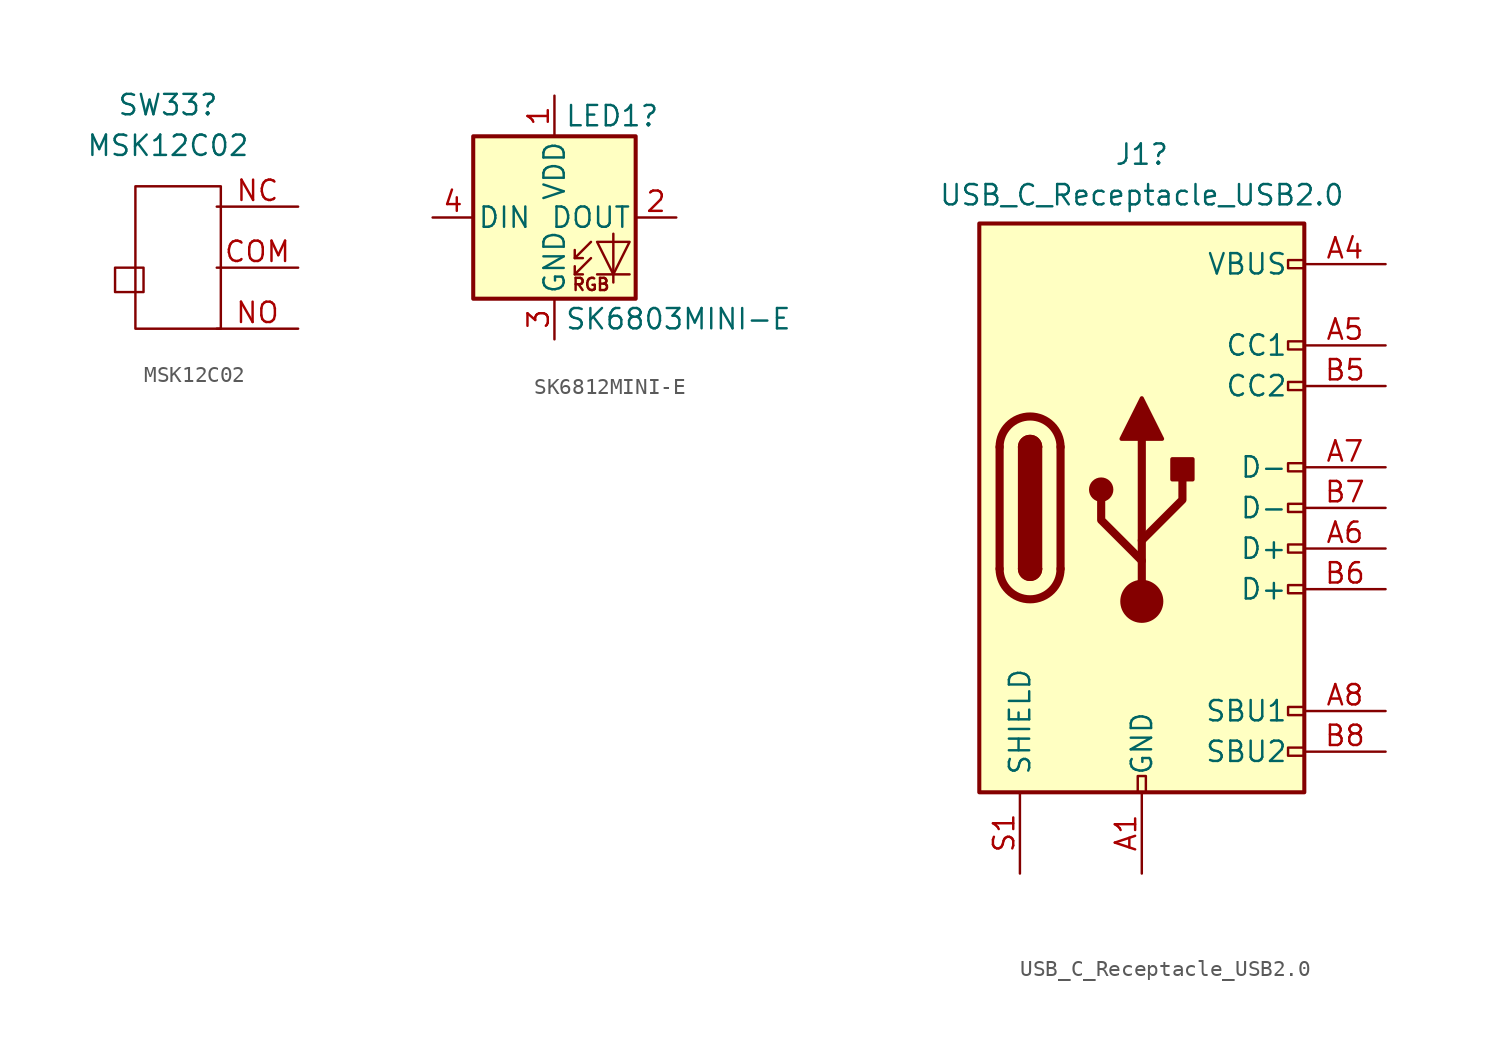
<source format=kicad_sym>
(kicad_symbol_lib
  (version 20231120)
  (generator "kicad_symbol_editor")
  (generator_version "8.0")
  (symbol "MSK12C02"
    (pin_names
      (offset 0) hide)
    (property "Reference" "SW33"
      (at -0.508 8.89 0)
      (effects (font (size 1.27 1.27))))
    (property "Value" "MSK12C02"
      (at -0.508 6.35 0)
      (effects (font (size 1.27 1.27))))
    (symbol "MSK12C02_0_1"
      (rectangle (start -3.81 -1.27) (end -2.032 -2.794) (stroke (width 0) (type default)) (fill (type none)))
      (rectangle (start -2.54 3.81) (end 2.794 -5.08) (stroke (width 0) (type default)) (fill (type none))))
    (symbol "MSK12C02_1_1"
      (pin power_out line (at 7.62 -1.27 180) (length 5.08) (name "COM" (effects (font (size 1.27 1.27)))) (number "COM" (effects (font (size 1.27 1.27)))))
      (pin power_in line (at 0 0 90) (length 2.54) hide (name "GND" (effects (font (size 1.27 1.27)))) (number "MP" (effects (font (size 1.27 1.27)))))
      (pin power_in line (at 7.62 2.54 180) (length 5.08) (name "NC" (effects (font (size 1.27 1.27)))) (number "NC" (effects (font (size 1.27 1.27)))))
      (pin power_in line (at 7.62 -5.08 180) (length 5.08) (name "NO" (effects (font (size 1.27 1.27)))) (number "NO" (effects (font (size 1.27 1.27)))))))
  (symbol "SK6812MINI-E"
    (pin_names
      (offset 0.254))
    (property "Reference" "LED1"
      (at 0.635 6.35 0)
      (effects (font (size 1.27 1.27)) (justify left)))
    (property "Value" "SK6803MINI-E"
      (at 0.635 -6.35 0)
      (effects (font (size 1.27 1.27)) (justify left)))
    (symbol "SK6812MINI-E_0_0"
      (text "RGB" (at 2.286 -4.191 0) (effects (font (size 0.762 0.762)))))
    (symbol "SK6812MINI-E_0_1"
      (polyline (pts (xy 1.27 -3.556) (xy 1.778 -3.556)) (stroke (width 0) (type default)) (fill (type none)))
      (polyline (pts (xy 1.27 -2.54) (xy 1.778 -2.54)) (stroke (width 0) (type default)) (fill (type none)))
      (polyline (pts (xy 4.699 -3.556) (xy 2.667 -3.556)) (stroke (width 0) (type default)) (fill (type none)))
      (polyline (pts (xy 2.286 -2.54) (xy 1.27 -3.556) (xy 1.27 -3.048)) (stroke (width 0) (type default)) (fill (type none)))
      (polyline (pts (xy 2.286 -1.524) (xy 1.27 -2.54) (xy 1.27 -2.032)) (stroke (width 0) (type default)) (fill (type none)))
      (polyline (pts (xy 3.683 -1.016) (xy 3.683 -3.556) (xy 3.683 -4.064)) (stroke (width 0) (type default)) (fill (type none)))
      (polyline (pts (xy 4.699 -1.524) (xy 2.667 -1.524) (xy 3.683 -3.556) (xy 4.699 -1.524)) (stroke (width 0) (type default)) (fill (type none)))
      (rectangle (start 5.08 5.08) (end -5.08 -5.08) (stroke (width 0.254) (type default)) (fill (type background))))
    (symbol "SK6812MINI-E_1_1"
      (pin power_in line (at 0 7.62 270) (length 2.54) (name "VDD" (effects (font (size 1.27 1.27)))) (number "1" (effects (font (size 1.27 1.27)))))
      (pin output line (at 7.62 0 180) (length 2.54) (name "DOUT" (effects (font (size 1.27 1.27)))) (number "2" (effects (font (size 1.27 1.27)))))
      (pin power_in line (at 0 -7.62 90) (length 2.54) (name "GND" (effects (font (size 1.27 1.27)))) (number "3" (effects (font (size 1.27 1.27)))))
      (pin input line (at -7.62 0 0) (length 2.54) (name "DIN" (effects (font (size 1.27 1.27)))) (number "4" (effects (font (size 1.27 1.27)))))))
  (symbol "USB_C_Receptacle_USB2.0"
    (pin_names
      (offset 1.016))
    (property "Reference" "J1"
      (at 0 22.098 0)
      (effects (font (size 1.27 1.27))))
    (property "Value" "USB_C_Receptacle_USB2.0"
      (at 0 19.558 0)
      (effects (font (size 1.27 1.27))))
    (symbol "USB_C_Receptacle_USB2.0_0_0"
      (rectangle (start -0.254 -17.78) (end 0.254 -16.764) (stroke (width 0) (type default)) (fill (type none)))
      (rectangle (start 10.16 -14.986) (end 9.144 -15.494) (stroke (width 0) (type default)) (fill (type none)))
      (rectangle (start 10.16 -12.446) (end 9.144 -12.954) (stroke (width 0) (type default)) (fill (type none)))
      (rectangle (start 10.16 -4.826) (end 9.144 -5.334) (stroke (width 0) (type default)) (fill (type none)))
      (rectangle (start 10.16 -2.286) (end 9.144 -2.794) (stroke (width 0) (type default)) (fill (type none)))
      (rectangle (start 10.16 0.254) (end 9.144 -0.254) (stroke (width 0) (type default)) (fill (type none)))
      (rectangle (start 10.16 2.794) (end 9.144 2.286) (stroke (width 0) (type default)) (fill (type none)))
      (rectangle (start 10.16 7.874) (end 9.144 7.366) (stroke (width 0) (type default)) (fill (type none)))
      (rectangle (start 10.16 10.414) (end 9.144 9.906) (stroke (width 0) (type default)) (fill (type none)))
      (rectangle (start 10.16 15.494) (end 9.144 14.986) (stroke (width 0) (type default)) (fill (type none))))
    (symbol "USB_C_Receptacle_USB2.0_0_1"
      (rectangle (start -10.16 17.78) (end 10.16 -17.78) (stroke (width 0.254) (type default)) (fill (type background)))
      (arc (start -8.89 -3.81) (mid -6.985 -5.7067) (end -5.08 -3.81) (stroke (width 0.508) (type default)) (fill (type none)))
      (arc (start -7.62 -3.81) (mid -6.985 -4.4423) (end -6.35 -3.81) (stroke (width 0.254) (type default)) (fill (type none)))
      (arc (start -7.62 -3.81) (mid -6.985 -4.4423) (end -6.35 -3.81) (stroke (width 0.254) (type default)) (fill (type outline)))
      (rectangle (start -7.62 -3.81) (end -6.35 3.81) (stroke (width 0.254) (type default)) (fill (type outline)))
      (arc (start -6.35 3.81) (mid -6.985 4.4423) (end -7.62 3.81) (stroke (width 0.254) (type default)) (fill (type none)))
      (arc (start -6.35 3.81) (mid -6.985 4.4423) (end -7.62 3.81) (stroke (width 0.254) (type default)) (fill (type outline)))
      (arc (start -5.08 3.81) (mid -6.985 5.7067) (end -8.89 3.81) (stroke (width 0.508) (type default)) (fill (type none)))
      (circle (center -2.54 1.143) (radius 0.635) (stroke (width 0.254) (type default)) (fill (type outline)))
      (circle (center 0 -5.842) (radius 1.27) (stroke (width 0) (type default)) (fill (type outline)))
      (polyline (pts (xy -8.89 -3.81) (xy -8.89 3.81)) (stroke (width 0.508) (type default)) (fill (type none)))
      (polyline (pts (xy -5.08 3.81) (xy -5.08 -3.81)) (stroke (width 0.508) (type default)) (fill (type none)))
      (polyline (pts (xy 0 -5.842) (xy 0 4.318)) (stroke (width 0.508) (type default)) (fill (type none)))
      (polyline (pts (xy 0 -3.302) (xy -2.54 -0.762) (xy -2.54 0.508)) (stroke (width 0.508) (type default)) (fill (type none)))
      (polyline (pts (xy 0 -2.032) (xy 2.54 0.508) (xy 2.54 1.778)) (stroke (width 0.508) (type default)) (fill (type none)))
      (polyline (pts (xy -1.27 4.318) (xy 0 6.858) (xy 1.27 4.318) (xy -1.27 4.318)) (stroke (width 0.254) (type default)) (fill (type outline)))
      (rectangle (start 1.905 1.778) (end 3.175 3.048) (stroke (width 0.254) (type default)) (fill (type outline))))
    (symbol "USB_C_Receptacle_USB2.0_1_1"
      (pin passive line (at 0 -22.86 90) (length 5.08) (name "GND" (effects (font (size 1.27 1.27)))) (number "A1" (effects (font (size 1.27 1.27)))))
      (pin passive line (at 0 -22.86 90) (length 5.08) hide (name "GND" (effects (font (size 1.27 1.27)))) (number "A12" (effects (font (size 1.27 1.27)))))
      (pin passive line (at 15.24 15.24 180) (length 5.08) (name "VBUS" (effects (font (size 1.27 1.27)))) (number "A4" (effects (font (size 1.27 1.27)))))
      (pin bidirectional line (at 15.24 10.16 180) (length 5.08) (name "CC1" (effects (font (size 1.27 1.27)))) (number "A5" (effects (font (size 1.27 1.27)))))
      (pin bidirectional line (at 15.24 -2.54 180) (length 5.08) (name "D+" (effects (font (size 1.27 1.27)))) (number "A6" (effects (font (size 1.27 1.27)))))
      (pin bidirectional line (at 15.24 2.54 180) (length 5.08) (name "D-" (effects (font (size 1.27 1.27)))) (number "A7" (effects (font (size 1.27 1.27)))))
      (pin bidirectional line (at 15.24 -12.7 180) (length 5.08) (name "SBU1" (effects (font (size 1.27 1.27)))) (number "A8" (effects (font (size 1.27 1.27)))))
      (pin passive line (at 15.24 15.24 180) (length 5.08) hide (name "VBUS" (effects (font (size 1.27 1.27)))) (number "A9" (effects (font (size 1.27 1.27)))))
      (pin passive line (at 0 -22.86 90) (length 5.08) hide (name "GND" (effects (font (size 1.27 1.27)))) (number "B1" (effects (font (size 1.27 1.27)))))
      (pin passive line (at 0 -22.86 90) (length 5.08) hide (name "GND" (effects (font (size 1.27 1.27)))) (number "B12" (effects (font (size 1.27 1.27)))))
      (pin passive line (at 15.24 15.24 180) (length 5.08) hide (name "VBUS" (effects (font (size 1.27 1.27)))) (number "B4" (effects (font (size 1.27 1.27)))))
      (pin bidirectional line (at 15.24 7.62 180) (length 5.08) (name "CC2" (effects (font (size 1.27 1.27)))) (number "B5" (effects (font (size 1.27 1.27)))))
      (pin bidirectional line (at 15.24 -5.08 180) (length 5.08) (name "D+" (effects (font (size 1.27 1.27)))) (number "B6" (effects (font (size 1.27 1.27)))))
      (pin bidirectional line (at 15.24 0 180) (length 5.08) (name "D-" (effects (font (size 1.27 1.27)))) (number "B7" (effects (font (size 1.27 1.27)))))
      (pin bidirectional line (at 15.24 -15.24 180) (length 5.08) (name "SBU2" (effects (font (size 1.27 1.27)))) (number "B8" (effects (font (size 1.27 1.27)))))
      (pin passive line (at 15.24 15.24 180) (length 5.08) hide (name "VBUS" (effects (font (size 1.27 1.27)))) (number "B9" (effects (font (size 1.27 1.27)))))
      (pin passive line (at -7.62 -22.86 90) (length 5.08) (name "SHIELD" (effects (font (size 1.27 1.27)))) (number "S1" (effects (font (size 1.27 1.27))))))))
</source>
